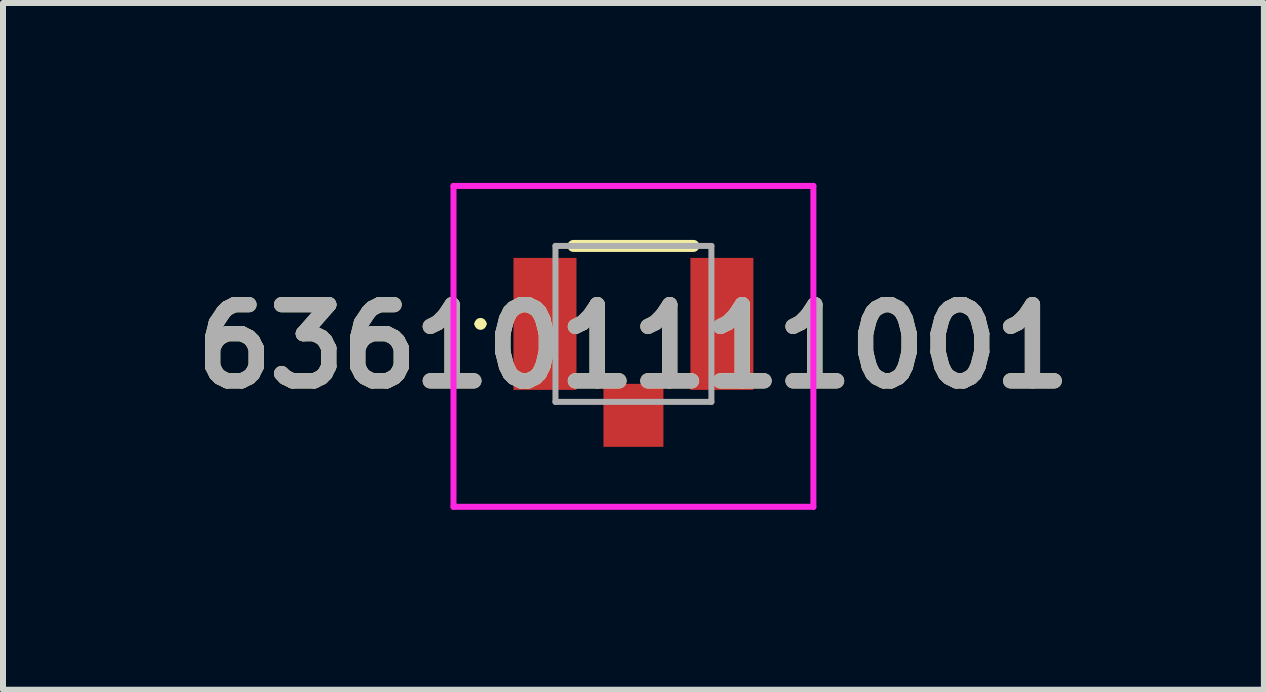
<source format=kicad_pcb>
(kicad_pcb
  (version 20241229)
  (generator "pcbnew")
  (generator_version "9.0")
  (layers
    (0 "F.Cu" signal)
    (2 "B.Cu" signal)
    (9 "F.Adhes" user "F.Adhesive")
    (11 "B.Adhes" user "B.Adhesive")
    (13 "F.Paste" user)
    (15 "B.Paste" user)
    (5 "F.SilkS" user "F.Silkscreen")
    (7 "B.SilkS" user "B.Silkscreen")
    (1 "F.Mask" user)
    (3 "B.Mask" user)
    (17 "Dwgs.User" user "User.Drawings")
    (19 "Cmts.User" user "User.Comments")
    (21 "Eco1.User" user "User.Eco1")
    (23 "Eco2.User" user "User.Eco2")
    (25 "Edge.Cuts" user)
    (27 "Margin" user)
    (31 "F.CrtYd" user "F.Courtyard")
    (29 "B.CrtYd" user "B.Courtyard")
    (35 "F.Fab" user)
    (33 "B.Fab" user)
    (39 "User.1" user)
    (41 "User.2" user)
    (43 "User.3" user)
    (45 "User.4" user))
  (footprint "636101111001"
    (layer "F.Cu")
    (at 7.511 2.35)
    (property "Reference" "636101111001" (at 0 0.375 0) (layer "F.SilkS") (effects (font (size 1.27 1.27) (thickness 0.254))))
    (attr smd)
    (fp_line (start -2.6 0) (end -2.6 0) (stroke (width 0.1) (type solid)) (layer "F.SilkS"))
    (fp_line (start -2.5 0) (end -2.5 0) (stroke (width 0.1) (type solid)) (layer "F.SilkS"))
    (fp_line (start -1 -1.3) (end 1 -1.3) (stroke (width 0.2) (type solid)) (layer "F.SilkS"))
    (fp_arc (start -2.6 0) (mid -2.55 -0.05) (end -2.5 0) (stroke (width 0.1) (type solid)) (layer "F.SilkS"))
    (fp_arc (start -2.5 0) (mid -2.55 0.05) (end -2.6 0) (stroke (width 0.1) (type solid)) (layer "F.SilkS"))
    (fp_line (start -3 -2.3) (end 3 -2.3) (stroke (width 0.1) (type solid)) (layer "F.CrtYd"))
    (fp_line (start -3 3.05) (end -3 -2.3) (stroke (width 0.1) (type solid)) (layer "F.CrtYd"))
    (fp_line (start 3 -2.3) (end 3 3.05) (stroke (width 0.1) (type solid)) (layer "F.CrtYd"))
    (fp_line (start 3 3.05) (end -3 3.05) (stroke (width 0.1) (type solid)) (layer "F.CrtYd"))
    (fp_line (start -1.3 -1.3) (end 1.3 -1.3) (stroke (width 0.1) (type solid)) (layer "F.Fab"))
    (fp_line (start -1.3 1.3) (end -1.3 -1.3) (stroke (width 0.1) (type solid)) (layer "F.Fab"))
    (fp_line (start 1.3 -1.3) (end 1.3 1.3) (stroke (width 0.1) (type solid)) (layer "F.Fab"))
    (fp_line (start 1.3 1.3) (end -1.3 1.3) (stroke (width 0.1) (type solid)) (layer "F.Fab"))
    (fp_text user "${REFERENCE}" (at 0 0.375 0) (layer "F.Fab") (effects (font (size 1.27 1.27) (thickness 0.254))))
    (pad "1" smd rect (at -1.475 0) (size 1.05 2.2) (layers "F.Cu" "F.Mask" "F.Paste"))
    (pad "2" smd rect (at 1.475 0) (size 1.05 2.2) (layers "F.Cu" "F.Mask" "F.Paste"))
    (pad "3" smd rect (at 0 1.525) (size 1 1.05) (layers "F.Cu" "F.Mask" "F.Paste")))
  (gr_rect
    (start -3 -3)
    (end 18.022 8.45)
    (stroke (width 0.1) (type default))
    (fill no)
    (layer "Edge.Cuts")))
</source>
